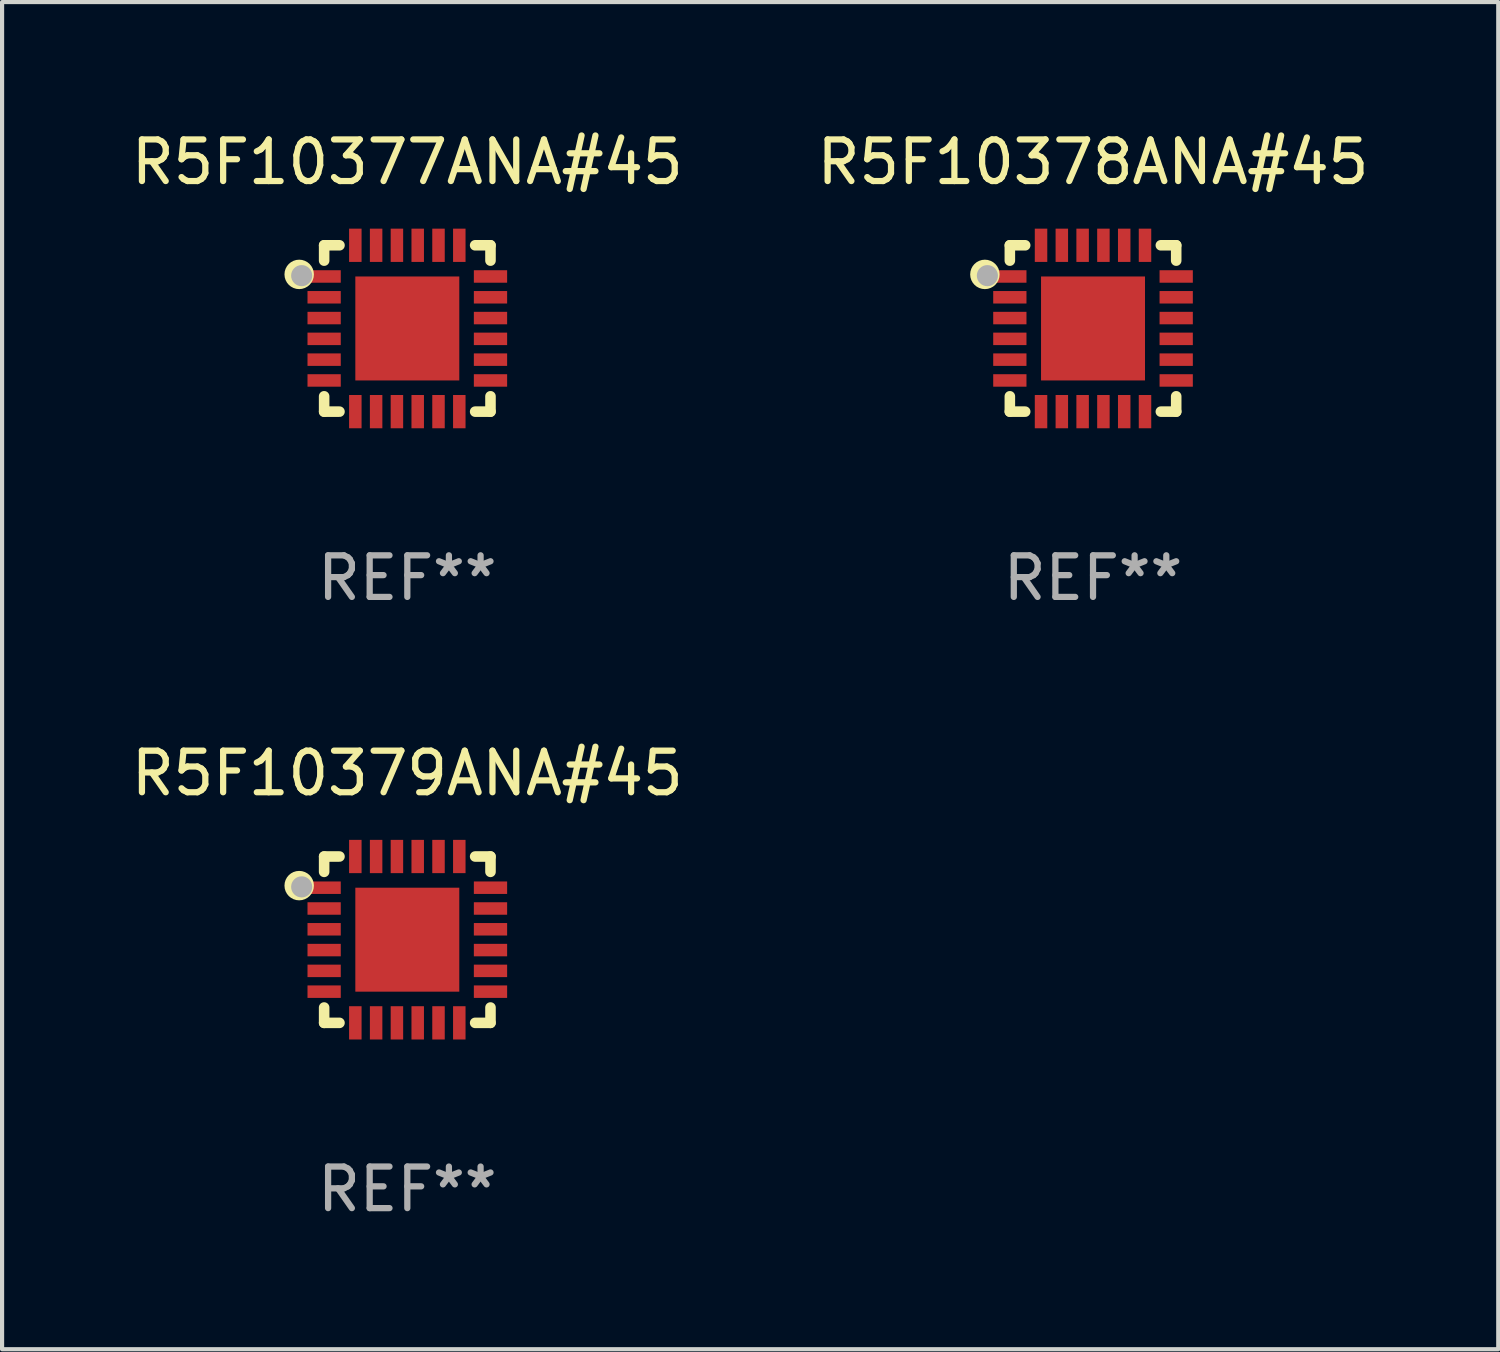
<source format=kicad_pcb>
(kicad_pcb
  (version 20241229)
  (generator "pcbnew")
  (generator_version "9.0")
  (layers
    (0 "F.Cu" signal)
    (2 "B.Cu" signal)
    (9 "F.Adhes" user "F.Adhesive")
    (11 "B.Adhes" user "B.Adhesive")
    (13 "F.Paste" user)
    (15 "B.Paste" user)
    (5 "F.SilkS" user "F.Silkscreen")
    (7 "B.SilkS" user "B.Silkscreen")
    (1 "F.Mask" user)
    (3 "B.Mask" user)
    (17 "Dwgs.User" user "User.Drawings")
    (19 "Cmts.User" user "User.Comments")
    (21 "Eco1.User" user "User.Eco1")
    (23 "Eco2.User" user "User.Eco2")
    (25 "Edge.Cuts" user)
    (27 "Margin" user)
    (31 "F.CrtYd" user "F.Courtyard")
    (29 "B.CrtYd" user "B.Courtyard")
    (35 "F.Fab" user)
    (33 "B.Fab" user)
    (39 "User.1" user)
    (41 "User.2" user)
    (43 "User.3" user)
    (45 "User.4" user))
  (footprint "R5F10378ANA#45"
    (layer "F.Cu")
    (at 23.232 4.848)
    (property "Reference" "R5F10378ANA#45" (at 0 -4 0) (layer "F.SilkS") (effects (font (size 1 1) (thickness 0.15))))
    (attr through_hole)
    (fp_line (start -2 -2) (end -1.631 -2) (stroke (width 0.254) (type solid)) (layer "F.SilkS"))
    (fp_line (start -2 -1.631) (end -2 -2) (stroke (width 0.254) (type solid)) (layer "F.SilkS"))
    (fp_line (start -2 2) (end -2 1.631) (stroke (width 0.254) (type solid)) (layer "F.SilkS"))
    (fp_line (start -1.631 2) (end -2 2) (stroke (width 0.254) (type solid)) (layer "F.SilkS"))
    (fp_line (start 1.631 -2) (end 2 -2) (stroke (width 0.254) (type solid)) (layer "F.SilkS"))
    (fp_line (start 2 -2) (end 2 -1.631) (stroke (width 0.254) (type solid)) (layer "F.SilkS"))
    (fp_line (start 2 1.631) (end 2 2) (stroke (width 0.254) (type solid)) (layer "F.SilkS"))
    (fp_line (start 2 2) (end 1.631 2) (stroke (width 0.254) (type solid)) (layer "F.SilkS"))
    (fp_circle (center -2.6 -1.3) (end -2.5 -1.3) (stroke (width 0.254) (type solid)) (fill no) (layer "F.SilkS"))
    (fp_circle (center -1.95 -1.95) (end -1.9 -1.95) (stroke (width 0.1) (type solid)) (fill no) (layer "F.SilkS"))
    (fp_circle (center -2.54 -1.27) (end -2.413 -1.27) (stroke (width 0.254) (type solid)) (fill no) (layer "F.Fab"))
    (fp_text user "REF**" (at 0 6 0) (layer "F.Fab") (effects (font (size 1 1) (thickness 0.15))))
    (pad "1" smd rect (at -2 -1.25) (size 0.8 0.3) (layers "F.Cu" "F.Mask" "F.Paste"))
    (pad "2" smd rect (at -2 -0.75) (size 0.8 0.3) (layers "F.Cu" "F.Mask" "F.Paste"))
    (pad "3" smd rect (at -2 -0.25) (size 0.8 0.3) (layers "F.Cu" "F.Mask" "F.Paste"))
    (pad "4" smd rect (at -2 0.25) (size 0.8 0.3) (layers "F.Cu" "F.Mask" "F.Paste"))
    (pad "5" smd rect (at -2 0.75) (size 0.8 0.3) (layers "F.Cu" "F.Mask" "F.Paste"))
    (pad "6" smd rect (at -2 1.25) (size 0.8 0.3) (layers "F.Cu" "F.Mask" "F.Paste"))
    (pad "7" smd rect (at -1.25 2) (size 0.3 0.8) (layers "F.Cu" "F.Mask" "F.Paste"))
    (pad "8" smd rect (at -0.75 2) (size 0.3 0.8) (layers "F.Cu" "F.Mask" "F.Paste"))
    (pad "9" smd rect (at -0.25 2) (size 0.3 0.8) (layers "F.Cu" "F.Mask" "F.Paste"))
    (pad "10" smd rect (at 0.25 2) (size 0.3 0.8) (layers "F.Cu" "F.Mask" "F.Paste"))
    (pad "11" smd rect (at 0.75 2) (size 0.3 0.8) (layers "F.Cu" "F.Mask" "F.Paste"))
    (pad "12" smd rect (at 1.25 2) (size 0.3 0.8) (layers "F.Cu" "F.Mask" "F.Paste"))
    (pad "13" smd rect (at 2 1.25) (size 0.8 0.3) (layers "F.Cu" "F.Mask" "F.Paste"))
    (pad "14" smd rect (at 2 0.75) (size 0.8 0.3) (layers "F.Cu" "F.Mask" "F.Paste"))
    (pad "15" smd rect (at 2 0.25) (size 0.8 0.3) (layers "F.Cu" "F.Mask" "F.Paste"))
    (pad "16" smd rect (at 2 -0.25) (size 0.8 0.3) (layers "F.Cu" "F.Mask" "F.Paste"))
    (pad "17" smd rect (at 2 -0.75) (size 0.8 0.3) (layers "F.Cu" "F.Mask" "F.Paste"))
    (pad "18" smd rect (at 2 -1.25) (size 0.8 0.3) (layers "F.Cu" "F.Mask" "F.Paste"))
    (pad "19" smd rect (at 1.25 -2) (size 0.3 0.8) (layers "F.Cu" "F.Mask" "F.Paste"))
    (pad "20" smd rect (at 0.75 -2) (size 0.3 0.8) (layers "F.Cu" "F.Mask" "F.Paste"))
    (pad "21" smd rect (at 0.25 -2) (size 0.3 0.8) (layers "F.Cu" "F.Mask" "F.Paste"))
    (pad "22" smd rect (at -0.25 -2) (size 0.3 0.8) (layers "F.Cu" "F.Mask" "F.Paste"))
    (pad "23" smd rect (at -0.75 -2) (size 0.3 0.8) (layers "F.Cu" "F.Mask" "F.Paste"))
    (pad "24" smd rect (at -1.25 -2) (size 0.3 0.8) (layers "F.Cu" "F.Mask" "F.Paste"))
    (pad "25" smd rect (at 0 0) (size 2.5 2.5) (layers "F.Cu" "F.Mask" "F.Paste")))
  (footprint "R5F10377ANA#45"
    (layer "F.Cu")
    (at 6.744 4.848)
    (property "Reference" "R5F10377ANA#45" (at 0 -4 0) (layer "F.SilkS") (effects (font (size 1 1) (thickness 0.15))))
    (attr through_hole)
    (fp_line (start -2 -2) (end -1.631 -2) (stroke (width 0.254) (type solid)) (layer "F.SilkS"))
    (fp_line (start -2 -1.631) (end -2 -2) (stroke (width 0.254) (type solid)) (layer "F.SilkS"))
    (fp_line (start -2 2) (end -2 1.631) (stroke (width 0.254) (type solid)) (layer "F.SilkS"))
    (fp_line (start -1.631 2) (end -2 2) (stroke (width 0.254) (type solid)) (layer "F.SilkS"))
    (fp_line (start 1.631 -2) (end 2 -2) (stroke (width 0.254) (type solid)) (layer "F.SilkS"))
    (fp_line (start 2 -2) (end 2 -1.631) (stroke (width 0.254) (type solid)) (layer "F.SilkS"))
    (fp_line (start 2 1.631) (end 2 2) (stroke (width 0.254) (type solid)) (layer "F.SilkS"))
    (fp_line (start 2 2) (end 1.631 2) (stroke (width 0.254) (type solid)) (layer "F.SilkS"))
    (fp_circle (center -2.6 -1.3) (end -2.5 -1.3) (stroke (width 0.254) (type solid)) (fill no) (layer "F.SilkS"))
    (fp_circle (center -1.95 -1.95) (end -1.9 -1.95) (stroke (width 0.1) (type solid)) (fill no) (layer "F.SilkS"))
    (fp_circle (center -2.54 -1.27) (end -2.413 -1.27) (stroke (width 0.254) (type solid)) (fill no) (layer "F.Fab"))
    (fp_text user "REF**" (at 0 6 0) (layer "F.Fab") (effects (font (size 1 1) (thickness 0.15))))
    (pad "1" smd rect (at -2 -1.25) (size 0.8 0.3) (layers "F.Cu" "F.Mask" "F.Paste"))
    (pad "2" smd rect (at -2 -0.75) (size 0.8 0.3) (layers "F.Cu" "F.Mask" "F.Paste"))
    (pad "3" smd rect (at -2 -0.25) (size 0.8 0.3) (layers "F.Cu" "F.Mask" "F.Paste"))
    (pad "4" smd rect (at -2 0.25) (size 0.8 0.3) (layers "F.Cu" "F.Mask" "F.Paste"))
    (pad "5" smd rect (at -2 0.75) (size 0.8 0.3) (layers "F.Cu" "F.Mask" "F.Paste"))
    (pad "6" smd rect (at -2 1.25) (size 0.8 0.3) (layers "F.Cu" "F.Mask" "F.Paste"))
    (pad "7" smd rect (at -1.25 2) (size 0.3 0.8) (layers "F.Cu" "F.Mask" "F.Paste"))
    (pad "8" smd rect (at -0.75 2) (size 0.3 0.8) (layers "F.Cu" "F.Mask" "F.Paste"))
    (pad "9" smd rect (at -0.25 2) (size 0.3 0.8) (layers "F.Cu" "F.Mask" "F.Paste"))
    (pad "10" smd rect (at 0.25 2) (size 0.3 0.8) (layers "F.Cu" "F.Mask" "F.Paste"))
    (pad "11" smd rect (at 0.75 2) (size 0.3 0.8) (layers "F.Cu" "F.Mask" "F.Paste"))
    (pad "12" smd rect (at 1.25 2) (size 0.3 0.8) (layers "F.Cu" "F.Mask" "F.Paste"))
    (pad "13" smd rect (at 2 1.25) (size 0.8 0.3) (layers "F.Cu" "F.Mask" "F.Paste"))
    (pad "14" smd rect (at 2 0.75) (size 0.8 0.3) (layers "F.Cu" "F.Mask" "F.Paste"))
    (pad "15" smd rect (at 2 0.25) (size 0.8 0.3) (layers "F.Cu" "F.Mask" "F.Paste"))
    (pad "16" smd rect (at 2 -0.25) (size 0.8 0.3) (layers "F.Cu" "F.Mask" "F.Paste"))
    (pad "17" smd rect (at 2 -0.75) (size 0.8 0.3) (layers "F.Cu" "F.Mask" "F.Paste"))
    (pad "18" smd rect (at 2 -1.25) (size 0.8 0.3) (layers "F.Cu" "F.Mask" "F.Paste"))
    (pad "19" smd rect (at 1.25 -2) (size 0.3 0.8) (layers "F.Cu" "F.Mask" "F.Paste"))
    (pad "20" smd rect (at 0.75 -2) (size 0.3 0.8) (layers "F.Cu" "F.Mask" "F.Paste"))
    (pad "21" smd rect (at 0.25 -2) (size 0.3 0.8) (layers "F.Cu" "F.Mask" "F.Paste"))
    (pad "22" smd rect (at -0.25 -2) (size 0.3 0.8) (layers "F.Cu" "F.Mask" "F.Paste"))
    (pad "23" smd rect (at -0.75 -2) (size 0.3 0.8) (layers "F.Cu" "F.Mask" "F.Paste"))
    (pad "24" smd rect (at -1.25 -2) (size 0.3 0.8) (layers "F.Cu" "F.Mask" "F.Paste"))
    (pad "25" smd rect (at 0 0) (size 2.5 2.5) (layers "F.Cu" "F.Mask" "F.Paste")))
  (footprint "R5F10379ANA#45"
    (layer "F.Cu")
    (at 6.744 19.545)
    (property "Reference" "R5F10379ANA#45" (at 0 -4 0) (layer "F.SilkS") (effects (font (size 1 1) (thickness 0.15))))
    (attr through_hole)
    (fp_line (start -2 -2) (end -1.631 -2) (stroke (width 0.254) (type solid)) (layer "F.SilkS"))
    (fp_line (start -2 -1.631) (end -2 -2) (stroke (width 0.254) (type solid)) (layer "F.SilkS"))
    (fp_line (start -2 2) (end -2 1.631) (stroke (width 0.254) (type solid)) (layer "F.SilkS"))
    (fp_line (start -1.631 2) (end -2 2) (stroke (width 0.254) (type solid)) (layer "F.SilkS"))
    (fp_line (start 1.631 -2) (end 2 -2) (stroke (width 0.254) (type solid)) (layer "F.SilkS"))
    (fp_line (start 2 -2) (end 2 -1.631) (stroke (width 0.254) (type solid)) (layer "F.SilkS"))
    (fp_line (start 2 1.631) (end 2 2) (stroke (width 0.254) (type solid)) (layer "F.SilkS"))
    (fp_line (start 2 2) (end 1.631 2) (stroke (width 0.254) (type solid)) (layer "F.SilkS"))
    (fp_circle (center -2.6 -1.3) (end -2.5 -1.3) (stroke (width 0.254) (type solid)) (fill no) (layer "F.SilkS"))
    (fp_circle (center -1.95 -1.95) (end -1.9 -1.95) (stroke (width 0.1) (type solid)) (fill no) (layer "F.SilkS"))
    (fp_circle (center -2.54 -1.27) (end -2.413 -1.27) (stroke (width 0.254) (type solid)) (fill no) (layer "F.Fab"))
    (fp_text user "REF**" (at 0 6 0) (layer "F.Fab") (effects (font (size 1 1) (thickness 0.15))))
    (pad "1" smd rect (at -2 -1.25) (size 0.8 0.3) (layers "F.Cu" "F.Mask" "F.Paste"))
    (pad "2" smd rect (at -2 -0.75) (size 0.8 0.3) (layers "F.Cu" "F.Mask" "F.Paste"))
    (pad "3" smd rect (at -2 -0.25) (size 0.8 0.3) (layers "F.Cu" "F.Mask" "F.Paste"))
    (pad "4" smd rect (at -2 0.25) (size 0.8 0.3) (layers "F.Cu" "F.Mask" "F.Paste"))
    (pad "5" smd rect (at -2 0.75) (size 0.8 0.3) (layers "F.Cu" "F.Mask" "F.Paste"))
    (pad "6" smd rect (at -2 1.25) (size 0.8 0.3) (layers "F.Cu" "F.Mask" "F.Paste"))
    (pad "7" smd rect (at -1.25 2) (size 0.3 0.8) (layers "F.Cu" "F.Mask" "F.Paste"))
    (pad "8" smd rect (at -0.75 2) (size 0.3 0.8) (layers "F.Cu" "F.Mask" "F.Paste"))
    (pad "9" smd rect (at -0.25 2) (size 0.3 0.8) (layers "F.Cu" "F.Mask" "F.Paste"))
    (pad "10" smd rect (at 0.25 2) (size 0.3 0.8) (layers "F.Cu" "F.Mask" "F.Paste"))
    (pad "11" smd rect (at 0.75 2) (size 0.3 0.8) (layers "F.Cu" "F.Mask" "F.Paste"))
    (pad "12" smd rect (at 1.25 2) (size 0.3 0.8) (layers "F.Cu" "F.Mask" "F.Paste"))
    (pad "13" smd rect (at 2 1.25) (size 0.8 0.3) (layers "F.Cu" "F.Mask" "F.Paste"))
    (pad "14" smd rect (at 2 0.75) (size 0.8 0.3) (layers "F.Cu" "F.Mask" "F.Paste"))
    (pad "15" smd rect (at 2 0.25) (size 0.8 0.3) (layers "F.Cu" "F.Mask" "F.Paste"))
    (pad "16" smd rect (at 2 -0.25) (size 0.8 0.3) (layers "F.Cu" "F.Mask" "F.Paste"))
    (pad "17" smd rect (at 2 -0.75) (size 0.8 0.3) (layers "F.Cu" "F.Mask" "F.Paste"))
    (pad "18" smd rect (at 2 -1.25) (size 0.8 0.3) (layers "F.Cu" "F.Mask" "F.Paste"))
    (pad "19" smd rect (at 1.25 -2) (size 0.3 0.8) (layers "F.Cu" "F.Mask" "F.Paste"))
    (pad "20" smd rect (at 0.75 -2) (size 0.3 0.8) (layers "F.Cu" "F.Mask" "F.Paste"))
    (pad "21" smd rect (at 0.25 -2) (size 0.3 0.8) (layers "F.Cu" "F.Mask" "F.Paste"))
    (pad "22" smd rect (at -0.25 -2) (size 0.3 0.8) (layers "F.Cu" "F.Mask" "F.Paste"))
    (pad "23" smd rect (at -0.75 -2) (size 0.3 0.8) (layers "F.Cu" "F.Mask" "F.Paste"))
    (pad "24" smd rect (at -1.25 -2) (size 0.3 0.8) (layers "F.Cu" "F.Mask" "F.Paste"))
    (pad "25" smd rect (at 0 0) (size 2.5 2.5) (layers "F.Cu" "F.Mask" "F.Paste")))
  (gr_rect
    (start -3 -3)
    (end 32.976 29.393)
    (stroke (width 0.1) (type default))
    (fill no)
    (layer "Edge.Cuts")))
</source>
